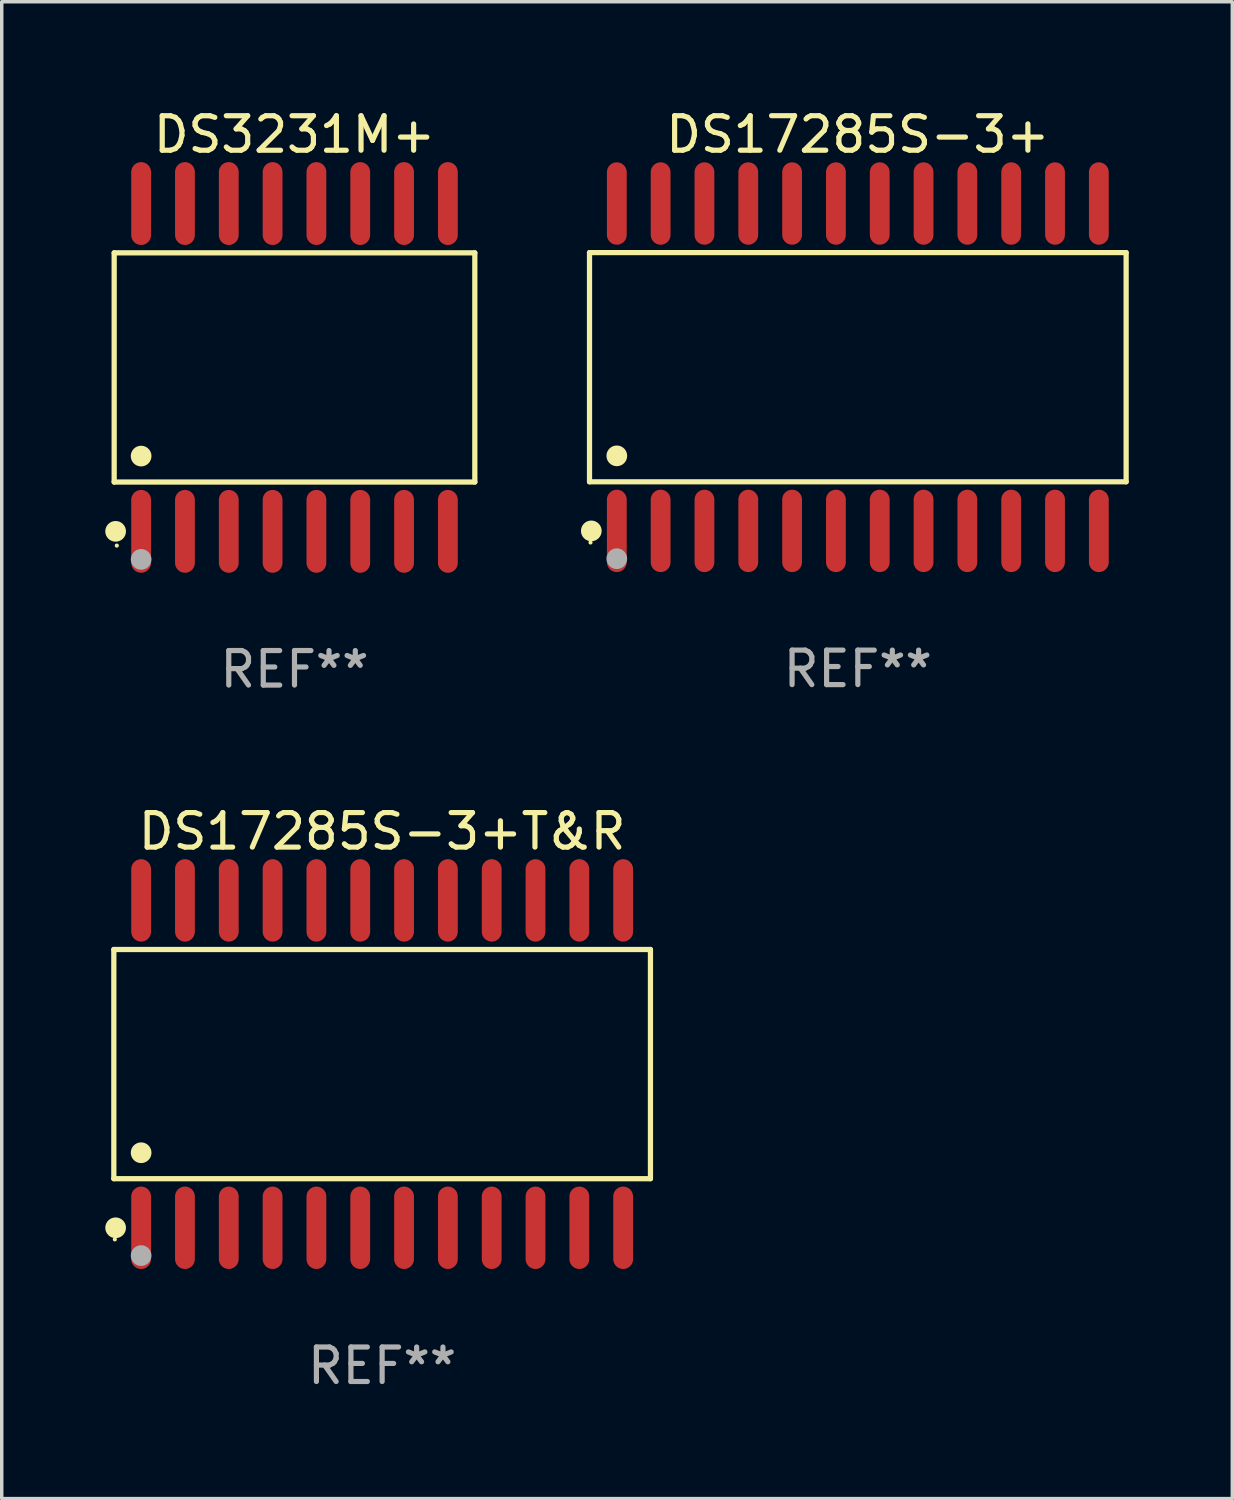
<source format=kicad_pcb>
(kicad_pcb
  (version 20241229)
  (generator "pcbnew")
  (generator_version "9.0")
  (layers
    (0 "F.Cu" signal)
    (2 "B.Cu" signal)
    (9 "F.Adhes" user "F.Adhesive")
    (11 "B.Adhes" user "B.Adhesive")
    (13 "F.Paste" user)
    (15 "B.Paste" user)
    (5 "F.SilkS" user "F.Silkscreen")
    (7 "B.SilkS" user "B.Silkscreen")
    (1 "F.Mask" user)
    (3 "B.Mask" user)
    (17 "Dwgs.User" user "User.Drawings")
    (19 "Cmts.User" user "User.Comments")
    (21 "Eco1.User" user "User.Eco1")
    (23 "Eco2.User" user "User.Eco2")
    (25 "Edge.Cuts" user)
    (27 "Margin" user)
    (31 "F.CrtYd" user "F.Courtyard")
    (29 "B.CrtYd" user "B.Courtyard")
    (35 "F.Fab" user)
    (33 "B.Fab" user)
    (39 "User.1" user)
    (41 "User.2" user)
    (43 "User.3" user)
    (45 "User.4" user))
  (footprint "DS17285S-3+"
    (layer "F.Cu")
    (at 21.811 7.592)
    (property "Reference" "DS17285S-3+" (at 0 -6.744 0) (layer "F.SilkS") (effects (font (size 1 1) (thickness 0.15))))
    (attr through_hole)
    (fp_line (start -7.776 -3.321) (end 7.776 -3.321) (stroke (width 0.152) (type solid)) (layer "F.SilkS"))
    (fp_line (start -7.776 3.321) (end -7.776 -3.321) (stroke (width 0.152) (type solid)) (layer "F.SilkS"))
    (fp_line (start 7.776 -3.321) (end 7.776 3.321) (stroke (width 0.152) (type solid)) (layer "F.SilkS"))
    (fp_line (start 7.776 3.321) (end -7.776 3.321) (stroke (width 0.152) (type solid)) (layer "F.SilkS"))
    (fp_circle (center -7.747 5.08) (end -7.717 5.08) (stroke (width 0.06) (type solid)) (fill no) (layer "F.SilkS"))
    (fp_circle (center -7.724 4.744) (end -7.574 4.744) (stroke (width 0.3) (type solid)) (fill no) (layer "F.SilkS"))
    (fp_circle (center -6.985 2.569) (end -6.835 2.569) (stroke (width 0.3) (type solid)) (fill no) (layer "F.SilkS"))
    (fp_circle (center -6.985 5.55) (end -6.835 5.55) (stroke (width 0.3) (type solid)) (fill no) (layer "F.Fab"))
    (fp_text user "REF**" (at 0 8.744 0) (layer "F.Fab") (effects (font (size 1 1) (thickness 0.15))))
    (pad "1" smd oval (at -6.985 4.744) (size 0.574 2.388) (layers "F.Cu" "F.Mask" "F.Paste"))
    (pad "2" smd oval (at -5.715 4.744) (size 0.574 2.388) (layers "F.Cu" "F.Mask" "F.Paste"))
    (pad "3" smd oval (at -4.445 4.744) (size 0.574 2.388) (layers "F.Cu" "F.Mask" "F.Paste"))
    (pad "4" smd oval (at -3.175 4.744) (size 0.574 2.388) (layers "F.Cu" "F.Mask" "F.Paste"))
    (pad "5" smd oval (at -1.905 4.744) (size 0.574 2.388) (layers "F.Cu" "F.Mask" "F.Paste"))
    (pad "6" smd oval (at -0.635 4.744) (size 0.574 2.388) (layers "F.Cu" "F.Mask" "F.Paste"))
    (pad "7" smd oval (at 0.635 4.744) (size 0.574 2.388) (layers "F.Cu" "F.Mask" "F.Paste"))
    (pad "8" smd oval (at 1.905 4.744) (size 0.574 2.388) (layers "F.Cu" "F.Mask" "F.Paste"))
    (pad "9" smd oval (at 3.175 4.744) (size 0.574 2.388) (layers "F.Cu" "F.Mask" "F.Paste"))
    (pad "10" smd oval (at 4.445 4.744) (size 0.574 2.388) (layers "F.Cu" "F.Mask" "F.Paste"))
    (pad "11" smd oval (at 5.715 4.744) (size 0.574 2.388) (layers "F.Cu" "F.Mask" "F.Paste"))
    (pad "12" smd oval (at 6.985 4.744) (size 0.574 2.388) (layers "F.Cu" "F.Mask" "F.Paste"))
    (pad "13" smd oval (at 6.985 -4.744) (size 0.574 2.388) (layers "F.Cu" "F.Mask" "F.Paste"))
    (pad "14" smd oval (at 5.715 -4.744) (size 0.574 2.388) (layers "F.Cu" "F.Mask" "F.Paste"))
    (pad "15" smd oval (at 4.445 -4.744) (size 0.574 2.388) (layers "F.Cu" "F.Mask" "F.Paste"))
    (pad "16" smd oval (at 3.175 -4.744) (size 0.574 2.388) (layers "F.Cu" "F.Mask" "F.Paste"))
    (pad "17" smd oval (at 1.905 -4.744) (size 0.574 2.388) (layers "F.Cu" "F.Mask" "F.Paste"))
    (pad "18" smd oval (at 0.635 -4.744) (size 0.574 2.388) (layers "F.Cu" "F.Mask" "F.Paste"))
    (pad "19" smd oval (at -0.635 -4.744) (size 0.574 2.388) (layers "F.Cu" "F.Mask" "F.Paste"))
    (pad "20" smd oval (at -1.905 -4.744) (size 0.574 2.388) (layers "F.Cu" "F.Mask" "F.Paste"))
    (pad "21" smd oval (at -3.175 -4.744) (size 0.574 2.388) (layers "F.Cu" "F.Mask" "F.Paste"))
    (pad "22" smd oval (at -4.445 -4.744) (size 0.574 2.388) (layers "F.Cu" "F.Mask" "F.Paste"))
    (pad "23" smd oval (at -5.715 -4.744) (size 0.574 2.388) (layers "F.Cu" "F.Mask" "F.Paste"))
    (pad "24" smd oval (at -6.985 -4.744) (size 0.574 2.388) (layers "F.Cu" "F.Mask" "F.Paste")))
  (footprint "DS3231M+"
    (layer "F.Cu")
    (at 5.485 7.599)
    (property "Reference" "DS3231M+" (at 0 -6.75 0) (layer "F.SilkS") (effects (font (size 1 1) (thickness 0.15))))
    (attr through_hole)
    (fp_line (start -5.226 -3.321) (end 5.226 -3.321) (stroke (width 0.152) (type solid)) (layer "F.SilkS"))
    (fp_line (start -5.226 3.321) (end -5.226 -3.321) (stroke (width 0.152) (type solid)) (layer "F.SilkS"))
    (fp_line (start 5.226 -3.321) (end 5.226 3.321) (stroke (width 0.152) (type solid)) (layer "F.SilkS"))
    (fp_line (start 5.226 3.321) (end -5.226 3.321) (stroke (width 0.152) (type solid)) (layer "F.SilkS"))
    (fp_circle (center -5.184 4.75) (end -5.034 4.75) (stroke (width 0.3) (type solid)) (fill no) (layer "F.SilkS"))
    (fp_circle (center -5.15 5.163) (end -5.12 5.163) (stroke (width 0.06) (type solid)) (fill no) (layer "F.SilkS"))
    (fp_circle (center -4.445 2.569) (end -4.295 2.569) (stroke (width 0.3) (type solid)) (fill no) (layer "F.SilkS"))
    (fp_circle (center -4.445 5.563) (end -4.295 5.563) (stroke (width 0.3) (type solid)) (fill no) (layer "F.Fab"))
    (fp_text user "REF**" (at 0 8.75 0) (layer "F.Fab") (effects (font (size 1 1) (thickness 0.15))))
    (pad "1" smd oval (at -4.445 4.75) (size 0.574 2.401) (layers "F.Cu" "F.Mask" "F.Paste"))
    (pad "2" smd oval (at -3.175 4.75) (size 0.574 2.401) (layers "F.Cu" "F.Mask" "F.Paste"))
    (pad "3" smd oval (at -1.905 4.75) (size 0.574 2.401) (layers "F.Cu" "F.Mask" "F.Paste"))
    (pad "4" smd oval (at -0.635 4.75) (size 0.574 2.401) (layers "F.Cu" "F.Mask" "F.Paste"))
    (pad "5" smd oval (at 0.635 4.75) (size 0.574 2.401) (layers "F.Cu" "F.Mask" "F.Paste"))
    (pad "6" smd oval (at 1.905 4.75) (size 0.574 2.401) (layers "F.Cu" "F.Mask" "F.Paste"))
    (pad "7" smd oval (at 3.175 4.75) (size 0.574 2.401) (layers "F.Cu" "F.Mask" "F.Paste"))
    (pad "8" smd oval (at 4.445 4.75) (size 0.574 2.401) (layers "F.Cu" "F.Mask" "F.Paste"))
    (pad "9" smd oval (at 4.445 -4.75) (size 0.574 2.401) (layers "F.Cu" "F.Mask" "F.Paste"))
    (pad "10" smd oval (at 3.175 -4.75) (size 0.574 2.401) (layers "F.Cu" "F.Mask" "F.Paste"))
    (pad "11" smd oval (at 1.905 -4.75) (size 0.574 2.401) (layers "F.Cu" "F.Mask" "F.Paste"))
    (pad "12" smd oval (at 0.635 -4.75) (size 0.574 2.401) (layers "F.Cu" "F.Mask" "F.Paste"))
    (pad "13" smd oval (at -0.635 -4.75) (size 0.574 2.401) (layers "F.Cu" "F.Mask" "F.Paste"))
    (pad "14" smd oval (at -1.905 -4.75) (size 0.574 2.401) (layers "F.Cu" "F.Mask" "F.Paste"))
    (pad "15" smd oval (at -3.175 -4.75) (size 0.574 2.401) (layers "F.Cu" "F.Mask" "F.Paste"))
    (pad "16" smd oval (at -4.445 -4.75) (size 0.574 2.401) (layers "F.Cu" "F.Mask" "F.Paste")))
  (footprint "DS17285S-3+T&R"
    (layer "F.Cu")
    (at 8.025 27.789)
    (property "Reference" "DS17285S-3+T&R" (at 0 -6.744 0) (layer "F.SilkS") (effects (font (size 1 1) (thickness 0.15))))
    (attr through_hole)
    (fp_line (start -7.776 -3.321) (end 7.776 -3.321) (stroke (width 0.152) (type solid)) (layer "F.SilkS"))
    (fp_line (start -7.776 3.321) (end -7.776 -3.321) (stroke (width 0.152) (type solid)) (layer "F.SilkS"))
    (fp_line (start 7.776 -3.321) (end 7.776 3.321) (stroke (width 0.152) (type solid)) (layer "F.SilkS"))
    (fp_line (start 7.776 3.321) (end -7.776 3.321) (stroke (width 0.152) (type solid)) (layer "F.SilkS"))
    (fp_circle (center -7.747 5.08) (end -7.717 5.08) (stroke (width 0.06) (type solid)) (fill no) (layer "F.SilkS"))
    (fp_circle (center -7.724 4.744) (end -7.574 4.744) (stroke (width 0.3) (type solid)) (fill no) (layer "F.SilkS"))
    (fp_circle (center -6.985 2.569) (end -6.835 2.569) (stroke (width 0.3) (type solid)) (fill no) (layer "F.SilkS"))
    (fp_circle (center -6.985 5.55) (end -6.835 5.55) (stroke (width 0.3) (type solid)) (fill no) (layer "F.Fab"))
    (fp_text user "REF**" (at 0 8.744 0) (layer "F.Fab") (effects (font (size 1 1) (thickness 0.15))))
    (pad "1" smd oval (at -6.985 4.744) (size 0.574 2.388) (layers "F.Cu" "F.Mask" "F.Paste"))
    (pad "2" smd oval (at -5.715 4.744) (size 0.574 2.388) (layers "F.Cu" "F.Mask" "F.Paste"))
    (pad "3" smd oval (at -4.445 4.744) (size 0.574 2.388) (layers "F.Cu" "F.Mask" "F.Paste"))
    (pad "4" smd oval (at -3.175 4.744) (size 0.574 2.388) (layers "F.Cu" "F.Mask" "F.Paste"))
    (pad "5" smd oval (at -1.905 4.744) (size 0.574 2.388) (layers "F.Cu" "F.Mask" "F.Paste"))
    (pad "6" smd oval (at -0.635 4.744) (size 0.574 2.388) (layers "F.Cu" "F.Mask" "F.Paste"))
    (pad "7" smd oval (at 0.635 4.744) (size 0.574 2.388) (layers "F.Cu" "F.Mask" "F.Paste"))
    (pad "8" smd oval (at 1.905 4.744) (size 0.574 2.388) (layers "F.Cu" "F.Mask" "F.Paste"))
    (pad "9" smd oval (at 3.175 4.744) (size 0.574 2.388) (layers "F.Cu" "F.Mask" "F.Paste"))
    (pad "10" smd oval (at 4.445 4.744) (size 0.574 2.388) (layers "F.Cu" "F.Mask" "F.Paste"))
    (pad "11" smd oval (at 5.715 4.744) (size 0.574 2.388) (layers "F.Cu" "F.Mask" "F.Paste"))
    (pad "12" smd oval (at 6.985 4.744) (size 0.574 2.388) (layers "F.Cu" "F.Mask" "F.Paste"))
    (pad "13" smd oval (at 6.985 -4.744) (size 0.574 2.388) (layers "F.Cu" "F.Mask" "F.Paste"))
    (pad "14" smd oval (at 5.715 -4.744) (size 0.574 2.388) (layers "F.Cu" "F.Mask" "F.Paste"))
    (pad "15" smd oval (at 4.445 -4.744) (size 0.574 2.388) (layers "F.Cu" "F.Mask" "F.Paste"))
    (pad "16" smd oval (at 3.175 -4.744) (size 0.574 2.388) (layers "F.Cu" "F.Mask" "F.Paste"))
    (pad "17" smd oval (at 1.905 -4.744) (size 0.574 2.388) (layers "F.Cu" "F.Mask" "F.Paste"))
    (pad "18" smd oval (at 0.635 -4.744) (size 0.574 2.388) (layers "F.Cu" "F.Mask" "F.Paste"))
    (pad "19" smd oval (at -0.635 -4.744) (size 0.574 2.388) (layers "F.Cu" "F.Mask" "F.Paste"))
    (pad "20" smd oval (at -1.905 -4.744) (size 0.574 2.388) (layers "F.Cu" "F.Mask" "F.Paste"))
    (pad "21" smd oval (at -3.175 -4.744) (size 0.574 2.388) (layers "F.Cu" "F.Mask" "F.Paste"))
    (pad "22" smd oval (at -4.445 -4.744) (size 0.574 2.388) (layers "F.Cu" "F.Mask" "F.Paste"))
    (pad "23" smd oval (at -5.715 -4.744) (size 0.574 2.388) (layers "F.Cu" "F.Mask" "F.Paste"))
    (pad "24" smd oval (at -6.985 -4.744) (size 0.574 2.388) (layers "F.Cu" "F.Mask" "F.Paste")))
  (gr_rect
    (start -3 -3)
    (end 32.664 40.382)
    (stroke (width 0.1) (type default))
    (fill no)
    (layer "Edge.Cuts")))
</source>
